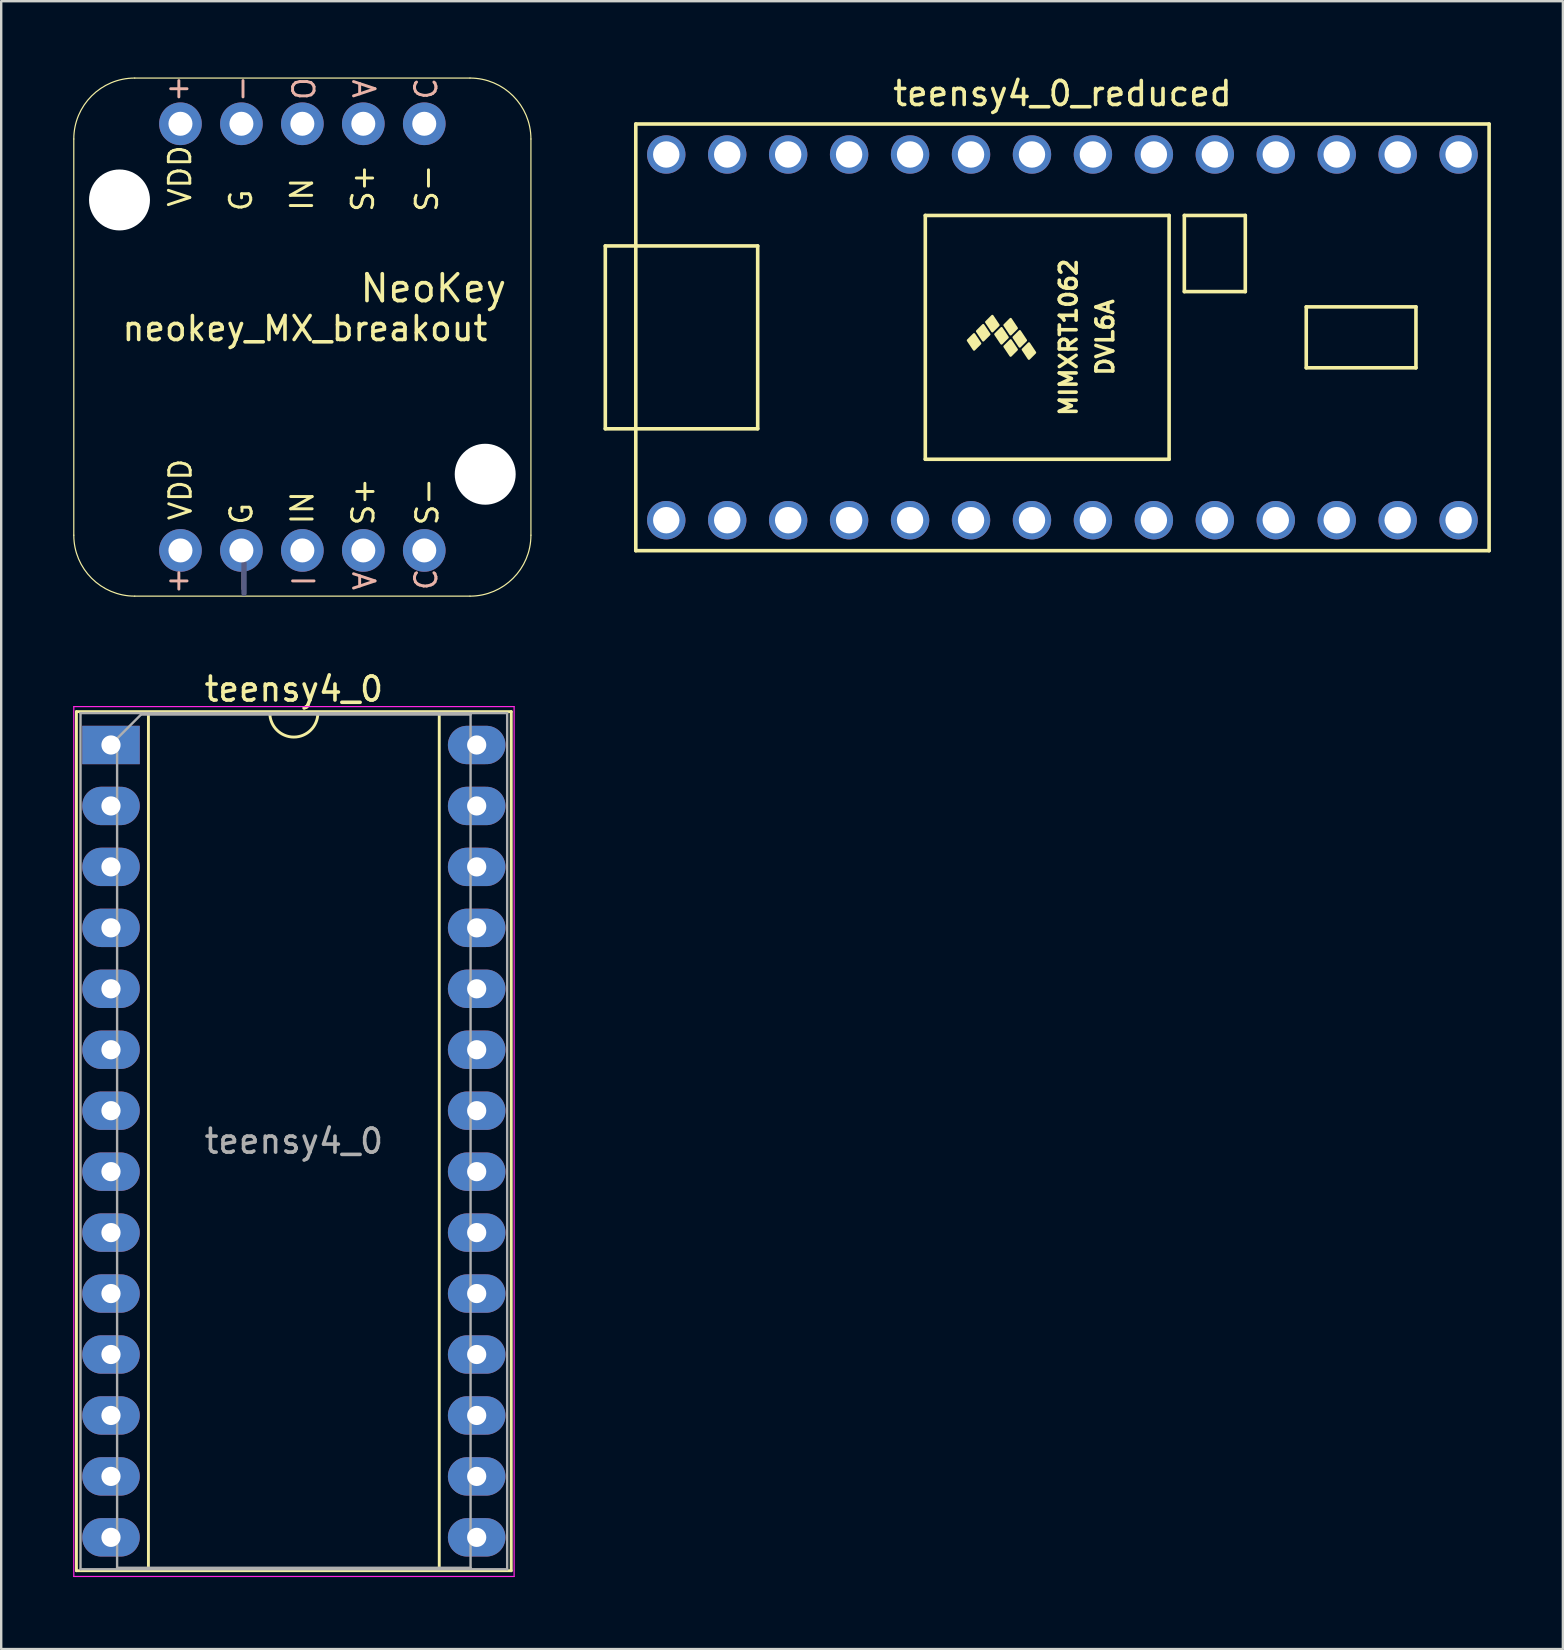
<source format=kicad_pcb>
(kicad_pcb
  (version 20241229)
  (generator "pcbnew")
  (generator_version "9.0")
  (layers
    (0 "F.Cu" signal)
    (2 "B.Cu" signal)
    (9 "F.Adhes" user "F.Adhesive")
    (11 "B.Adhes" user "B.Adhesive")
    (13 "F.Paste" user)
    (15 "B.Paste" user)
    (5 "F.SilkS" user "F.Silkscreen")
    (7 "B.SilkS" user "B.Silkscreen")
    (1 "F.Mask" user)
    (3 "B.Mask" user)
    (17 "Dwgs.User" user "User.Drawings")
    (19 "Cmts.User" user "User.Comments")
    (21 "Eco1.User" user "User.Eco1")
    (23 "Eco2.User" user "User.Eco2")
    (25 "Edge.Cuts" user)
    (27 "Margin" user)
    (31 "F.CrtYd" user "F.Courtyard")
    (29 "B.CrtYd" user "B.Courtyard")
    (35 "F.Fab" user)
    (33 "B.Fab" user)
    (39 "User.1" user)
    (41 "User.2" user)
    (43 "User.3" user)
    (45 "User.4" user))
  (footprint "neokey_MX_breakout"
    (layer "F.Cu")
    (at 9.659 11.143)
    (property "Reference" "neokey_MX_breakout" (at 0 -0.5 0) (unlocked yes) (layer "F.SilkS") (effects (font (size 1 1) (thickness 0.15))))
    (attr through_hole)
    (fp_line (start -9.634 -8.4) (end -9.634 8.11) (stroke (width 0.05) (type solid)) (layer "F.SilkS"))
    (fp_line (start -7.094 10.65) (end 6.876 10.65) (stroke (width 0.05) (type solid)) (layer "F.SilkS"))
    (fp_line (start 6.876 -10.94) (end -7.094 -10.94) (stroke (width 0.05) (type solid)) (layer "F.SilkS"))
    (fp_line (start 9.416 8.11) (end 9.416 -8.4) (stroke (width 0.05) (type solid)) (layer "F.SilkS"))
    (fp_arc (start -9.633949 -8.400051) (mid -8.89 -10.196102) (end -7.093949 -10.940051) (stroke (width 0.05) (type solid)) (layer "F.SilkS"))
    (fp_arc (start -7.093949 10.649949) (mid -8.89 9.906) (end -9.633949 8.109949) (stroke (width 0.05) (type solid)) (layer "F.SilkS"))
    (fp_arc (start 6.876051 -10.940051) (mid 8.672102 -10.196102) (end 9.416051 -8.400051) (stroke (width 0.05) (type solid)) (layer "F.SilkS"))
    (fp_arc (start 9.416051 8.109949) (mid 8.672102 9.906) (end 6.876051 10.649949) (stroke (width 0.05) (type solid)) (layer "F.SilkS"))
    (fp_line (start -2.54 9.271) (end -2.54 10.541) (stroke (width 0.203) (type solid)) (layer "B.Fab"))
    (fp_line (start -2.54 9.271) (end -2.54 10.541) (stroke (width 0.203) (type solid)) (layer "B.Fab"))
    (fp_text user "S-" (at 5.08 -6.35 90) (unlocked yes) (layer "F.SilkS") (effects (font (size 0.894 0.894) (thickness 0.122))))
    (fp_text user "VDD" (at -5.207 -6.858 90) (unlocked yes) (layer "F.SilkS") (effects (font (size 0.894 0.894) (thickness 0.122))))
    (fp_text user "S+" (at 2.413 -6.35 90) (unlocked yes) (layer "F.SilkS") (effects (font (size 0.894 0.894) (thickness 0.122))))
    (fp_text user "VDD" (at -5.189 6.205 90) (unlocked yes) (layer "F.SilkS") (effects (font (size 0.894 0.894) (thickness 0.122))))
    (fp_text user "S-" (at 5.098 6.713 90) (unlocked yes) (layer "F.SilkS") (effects (font (size 0.894 0.894) (thickness 0.122))))
    (fp_text user "NeoKey" (at 5.352 -2.177 0) (unlocked yes) (layer "F.SilkS") (effects (font (size 1.118 1.118) (thickness 0.152))))
    (fp_text user "S+" (at 2.431 6.713 90) (unlocked yes) (layer "F.SilkS") (effects (font (size 0.894 0.894) (thickness 0.122))))
    (fp_text user "IN" (at -0.109 6.967 90) (unlocked yes) (layer "F.SilkS") (effects (font (size 0.894 0.894) (thickness 0.122))))
    (fp_text user "G" (at -2.649 7.221 90) (unlocked yes) (layer "F.SilkS") (effects (font (size 0.894 0.894) (thickness 0.122))))
    (fp_text user "G" (at -2.667 -5.842 90) (unlocked yes) (layer "F.SilkS") (effects (font (size 0.894 0.894) (thickness 0.122))))
    (fp_text user "IN" (at -0.127 -6.096 90) (unlocked yes) (layer "F.SilkS") (effects (font (size 0.894 0.894) (thickness 0.122))))
    (fp_text user "-" (at -2.649 10.015 90) (unlocked yes) (layer "B.SilkS") (effects (font (size 0.894 0.894) (thickness 0.122)) (justify mirror)))
    (fp_text user "C" (at 4.971 -10.496 270) (unlocked yes) (layer "B.SilkS") (effects (font (size 0.894 0.894) (thickness 0.122)) (justify mirror)))
    (fp_text user "C" (at 4.971 9.951 270) (unlocked yes) (layer "B.SilkS") (effects (font (size 0.894 0.894) (thickness 0.122)) (justify mirror)))
    (fp_text user "A" (at 2.431 10.015 270) (unlocked yes) (layer "B.SilkS") (effects (font (size 0.894 0.894) (thickness 0.122)) (justify mirror)))
    (fp_text user "+" (at -5.189 10.015 270) (unlocked yes) (layer "B.SilkS") (effects (font (size 0.894 0.894) (thickness 0.122)) (justify mirror)))
    (fp_text user "-" (at -2.649 -10.496 90) (unlocked yes) (layer "B.SilkS") (effects (font (size 0.894 0.894) (thickness 0.122)) (justify mirror)))
    (fp_text user "A" (at 2.431 -10.496 270) (unlocked yes) (layer "B.SilkS") (effects (font (size 0.894 0.894) (thickness 0.122)) (justify mirror)))
    (fp_text user "O" (at -0.109 -10.496 270) (unlocked yes) (layer "B.SilkS") (effects (font (size 0.894 0.894) (thickness 0.122)) (justify mirror)))
    (fp_text user "+" (at -5.189 -10.496 270) (unlocked yes) (layer "B.SilkS") (effects (font (size 0.894 0.894) (thickness 0.122)) (justify mirror)))
    (fp_text user "I" (at -0.109 10.015 270) (unlocked yes) (layer "B.SilkS") (effects (font (size 0.894 0.894) (thickness 0.122)) (justify mirror)))
    (pad "" np_thru_hole circle (at -7.729 -5.86) (size 2.54 2.54) (drill 2.54) (layers "*.Cu" "*.Mask"))
    (pad "" np_thru_hole circle (at 7.511 5.57) (size 2.54 2.54) (drill 2.54) (layers "*.Cu" "*.Mask"))
    (pad "1" thru_hole circle (at -5.189 8.745 270) (size 1.778 1.778) (drill 1) (layers "*.Cu" "*.Mask"))
    (pad "2" thru_hole circle (at -2.649 8.745 270) (size 1.778 1.778) (drill 1) (layers "*.Cu" "*.Mask"))
    (pad "3" thru_hole circle (at -0.109 8.745 270) (size 1.778 1.778) (drill 1) (layers "*.Cu" "*.Mask"))
    (pad "4" thru_hole circle (at 2.431 8.745 270) (size 1.778 1.778) (drill 1) (layers "*.Cu" "*.Mask"))
    (pad "5" thru_hole circle (at 4.971 8.745 270) (size 1.778 1.778) (drill 1) (layers "*.Cu" "*.Mask"))
    (pad "6" thru_hole circle (at 4.971 -9.035 270) (size 1.778 1.778) (drill 1) (layers "*.Cu" "*.Mask"))
    (pad "7" thru_hole circle (at 2.431 -9.035 270) (size 1.778 1.778) (drill 1) (layers "*.Cu" "*.Mask"))
    (pad "8" thru_hole circle (at -0.109 -9.035 270) (size 1.778 1.778) (drill 1) (layers "*.Cu" "*.Mask"))
    (pad "9" thru_hole circle (at -2.649 -9.035 270) (size 1.778 1.778) (drill 1) (layers "*.Cu" "*.Mask"))
    (pad "10" thru_hole circle (at -5.189 -9.035 270) (size 1.778 1.778) (drill 1) (layers "*.Cu" "*.Mask")))
  (footprint "teensy4_0"
    (layer "F.Cu")
    (at 1.575 27.996)
    (property "Reference" "teensy4_0" (at 7.62 -2.33 180) (layer "F.SilkS") (effects (font (size 1 1) (thickness 0.15))))
    (attr through_hole)
    (fp_line (start -1.44 -1.39) (end -1.44 34.41) (stroke (width 0.12) (type solid)) (layer "F.SilkS"))
    (fp_line (start -1.44 34.41) (end 16.68 34.41) (stroke (width 0.12) (type solid)) (layer "F.SilkS"))
    (fp_line (start 1.56 -1.33) (end 1.56 34.35) (stroke (width 0.12) (type solid)) (layer "F.SilkS"))
    (fp_line (start 1.56 34.35) (end 13.68 34.35) (stroke (width 0.12) (type solid)) (layer "F.SilkS"))
    (fp_line (start 6.62 -1.33) (end 1.56 -1.33) (stroke (width 0.12) (type solid)) (layer "F.SilkS"))
    (fp_line (start 13.68 -1.33) (end 8.62 -1.33) (stroke (width 0.12) (type solid)) (layer "F.SilkS"))
    (fp_line (start 13.68 34.35) (end 13.68 -1.33) (stroke (width 0.12) (type solid)) (layer "F.SilkS"))
    (fp_line (start 16.68 -1.39) (end -1.44 -1.39) (stroke (width 0.12) (type solid)) (layer "F.SilkS"))
    (fp_line (start 16.68 34.41) (end 16.68 -1.39) (stroke (width 0.12) (type solid)) (layer "F.SilkS"))
    (fp_arc (start 8.62 -1.33) (mid 7.62 -0.33) (end 6.62 -1.33) (stroke (width 0.12) (type solid)) (layer "F.SilkS"))
    (fp_line (start -1.55 -1.6) (end -1.55 34.65) (stroke (width 0.05) (type solid)) (layer "F.CrtYd"))
    (fp_line (start -1.55 34.65) (end 16.8 34.65) (stroke (width 0.05) (type solid)) (layer "F.CrtYd"))
    (fp_line (start 16.8 -1.6) (end -1.55 -1.6) (stroke (width 0.05) (type solid)) (layer "F.CrtYd"))
    (fp_line (start 16.8 34.65) (end 16.8 -1.6) (stroke (width 0.05) (type solid)) (layer "F.CrtYd"))
    (fp_line (start -1.27 -1.33) (end -1.27 34.35) (stroke (width 0.1) (type solid)) (layer "F.Fab"))
    (fp_line (start -1.27 34.35) (end 16.51 34.35) (stroke (width 0.1) (type solid)) (layer "F.Fab"))
    (fp_line (start 0.255 -0.27) (end 1.255 -1.27) (stroke (width 0.1) (type solid)) (layer "F.Fab"))
    (fp_line (start 0.255 34.29) (end 0.255 -0.27) (stroke (width 0.1) (type solid)) (layer "F.Fab"))
    (fp_line (start 1.255 -1.27) (end 14.985 -1.27) (stroke (width 0.1) (type solid)) (layer "F.Fab"))
    (fp_line (start 14.985 -1.27) (end 14.985 34.29) (stroke (width 0.1) (type solid)) (layer "F.Fab"))
    (fp_line (start 14.985 34.29) (end 0.255 34.29) (stroke (width 0.1) (type solid)) (layer "F.Fab"))
    (fp_line (start 16.51 -1.33) (end -1.27 -1.33) (stroke (width 0.1) (type solid)) (layer "F.Fab"))
    (fp_line (start 16.51 34.35) (end 16.51 -1.33) (stroke (width 0.1) (type solid)) (layer "F.Fab"))
    (fp_text user "${REFERENCE}" (at 7.62 16.51 180) (layer "F.Fab") (effects (font (size 1 1) (thickness 0.15))))
    (pad "1" thru_hole rect (at 0 0) (size 2.4 1.6) (drill 0.8) (layers "*.Cu" "*.Mask"))
    (pad "2" thru_hole oval (at 0 2.54) (size 2.4 1.6) (drill 0.8) (layers "*.Cu" "*.Mask"))
    (pad "3" thru_hole oval (at 0 5.08) (size 2.4 1.6) (drill 0.8) (layers "*.Cu" "*.Mask"))
    (pad "4" thru_hole oval (at 0 7.62) (size 2.4 1.6) (drill 0.8) (layers "*.Cu" "*.Mask"))
    (pad "5" thru_hole oval (at 0 10.16) (size 2.4 1.6) (drill 0.8) (layers "*.Cu" "*.Mask"))
    (pad "6" thru_hole oval (at 0 12.7) (size 2.4 1.6) (drill 0.8) (layers "*.Cu" "*.Mask"))
    (pad "7" thru_hole oval (at 0 15.24) (size 2.4 1.6) (drill 0.8) (layers "*.Cu" "*.Mask"))
    (pad "8" thru_hole oval (at 0 17.78) (size 2.4 1.6) (drill 0.8) (layers "*.Cu" "*.Mask"))
    (pad "9" thru_hole oval (at 0 20.32) (size 2.4 1.6) (drill 0.8) (layers "*.Cu" "*.Mask"))
    (pad "10" thru_hole oval (at 0 22.86) (size 2.4 1.6) (drill 0.8) (layers "*.Cu" "*.Mask"))
    (pad "11" thru_hole oval (at 0 25.4) (size 2.4 1.6) (drill 0.8) (layers "*.Cu" "*.Mask"))
    (pad "12" thru_hole oval (at 0 27.94) (size 2.4 1.6) (drill 0.8) (layers "*.Cu" "*.Mask"))
    (pad "13" thru_hole oval (at 0 30.48) (size 2.4 1.6) (drill 0.8) (layers "*.Cu" "*.Mask"))
    (pad "14" thru_hole oval (at 0 33.02) (size 2.4 1.6) (drill 0.8) (layers "*.Cu" "*.Mask"))
    (pad "15" thru_hole oval (at 15.24 33.02) (size 2.4 1.6) (drill 0.8) (layers "*.Cu" "*.Mask"))
    (pad "16" thru_hole oval (at 15.24 30.48) (size 2.4 1.6) (drill 0.8) (layers "*.Cu" "*.Mask"))
    (pad "17" thru_hole oval (at 15.24 27.94) (size 2.4 1.6) (drill 0.8) (layers "*.Cu" "*.Mask"))
    (pad "18" thru_hole oval (at 15.24 25.4) (size 2.4 1.6) (drill 0.8) (layers "*.Cu" "*.Mask"))
    (pad "19" thru_hole oval (at 15.24 22.86) (size 2.4 1.6) (drill 0.8) (layers "*.Cu" "*.Mask"))
    (pad "20" thru_hole oval (at 15.24 20.32) (size 2.4 1.6) (drill 0.8) (layers "*.Cu" "*.Mask"))
    (pad "21" thru_hole oval (at 15.24 17.78) (size 2.4 1.6) (drill 0.8) (layers "*.Cu" "*.Mask"))
    (pad "22" thru_hole oval (at 15.24 15.24) (size 2.4 1.6) (drill 0.8) (layers "*.Cu" "*.Mask"))
    (pad "23" thru_hole oval (at 15.24 12.7) (size 2.4 1.6) (drill 0.8) (layers "*.Cu" "*.Mask"))
    (pad "24" thru_hole oval (at 15.24 10.16) (size 2.4 1.6) (drill 0.8) (layers "*.Cu" "*.Mask"))
    (pad "25" thru_hole oval (at 15.24 7.62) (size 2.4 1.6) (drill 0.8) (layers "*.Cu" "*.Mask"))
    (pad "26" thru_hole oval (at 15.24 5.08) (size 2.4 1.6) (drill 0.8) (layers "*.Cu" "*.Mask"))
    (pad "27" thru_hole oval (at 15.24 2.54) (size 2.4 1.6) (drill 0.8) (layers "*.Cu" "*.Mask"))
    (pad "28" thru_hole oval (at 15.24 0) (size 2.4 1.6) (drill 0.8) (layers "*.Cu" "*.Mask")))
  (footprint "teensy4_0_reduced"
    (layer "F.Cu")
    (at 41.225 11.008)
    (property "Reference" "teensy4_0_reduced" (at 0 -10.16 0) (layer "F.SilkS") (effects (font (size 1 1) (thickness 0.15))))
    (attr through_hole)
    (fp_line (start -19.05 -3.81) (end -17.78 -3.81) (stroke (width 0.15) (type solid)) (layer "F.SilkS"))
    (fp_line (start -19.05 3.81) (end -19.05 -3.81) (stroke (width 0.15) (type solid)) (layer "F.SilkS"))
    (fp_line (start -17.78 -8.89) (end 17.78 -8.89) (stroke (width 0.15) (type solid)) (layer "F.SilkS"))
    (fp_line (start -17.78 3.81) (end -19.05 3.81) (stroke (width 0.15) (type solid)) (layer "F.SilkS"))
    (fp_line (start -17.78 8.89) (end -17.78 -8.89) (stroke (width 0.15) (type solid)) (layer "F.SilkS"))
    (fp_line (start -12.7 -3.81) (end -17.78 -3.81) (stroke (width 0.15) (type solid)) (layer "F.SilkS"))
    (fp_line (start -12.7 3.81) (end -17.78 3.81) (stroke (width 0.15) (type solid)) (layer "F.SilkS"))
    (fp_line (start -12.7 3.81) (end -12.7 -3.81) (stroke (width 0.15) (type solid)) (layer "F.SilkS"))
    (fp_line (start -5.715 -5.08) (end -5.715 5.08) (stroke (width 0.15) (type solid)) (layer "F.SilkS"))
    (fp_line (start 4.445 -5.08) (end -5.715 -5.08) (stroke (width 0.15) (type solid)) (layer "F.SilkS"))
    (fp_line (start 4.445 5.08) (end -5.715 5.08) (stroke (width 0.15) (type solid)) (layer "F.SilkS"))
    (fp_line (start 4.445 5.08) (end 4.445 -5.08) (stroke (width 0.15) (type solid)) (layer "F.SilkS"))
    (fp_line (start 5.08 -5.08) (end 7.62 -5.08) (stroke (width 0.15) (type solid)) (layer "F.SilkS"))
    (fp_line (start 5.08 -1.905) (end 5.08 -5.08) (stroke (width 0.15) (type solid)) (layer "F.SilkS"))
    (fp_line (start 7.62 -5.08) (end 7.62 -1.905) (stroke (width 0.15) (type solid)) (layer "F.SilkS"))
    (fp_line (start 7.62 -1.905) (end 5.08 -1.905) (stroke (width 0.15) (type solid)) (layer "F.SilkS"))
    (fp_line (start 10.16 -1.27) (end 14.732 -1.27) (stroke (width 0.15) (type solid)) (layer "F.SilkS"))
    (fp_line (start 10.16 1.27) (end 10.16 -1.27) (stroke (width 0.15) (type solid)) (layer "F.SilkS"))
    (fp_line (start 14.732 -1.27) (end 14.732 1.27) (stroke (width 0.15) (type solid)) (layer "F.SilkS"))
    (fp_line (start 14.732 1.27) (end 10.16 1.27) (stroke (width 0.15) (type solid)) (layer "F.SilkS"))
    (fp_line (start 17.78 -8.89) (end 17.78 8.89) (stroke (width 0.15) (type solid)) (layer "F.SilkS"))
    (fp_line (start 17.78 8.89) (end -17.78 8.89) (stroke (width 0.15) (type solid)) (layer "F.SilkS"))
    (fp_poly (pts (xy -3.937 0.127) (xy -3.683 -0.127) (xy -3.429 0.254) (xy -3.683 0.508)) (stroke (width 0.1) (type solid)) (fill yes) (layer "F.SilkS"))
    (fp_poly (pts (xy -3.556 -0.254) (xy -3.302 -0.508) (xy -3.048 -0.127) (xy -3.302 0.127)) (stroke (width 0.1) (type solid)) (fill yes) (layer "F.SilkS"))
    (fp_poly (pts (xy -3.175 -0.635) (xy -2.921 -0.889) (xy -2.667 -0.508) (xy -2.921 -0.254)) (stroke (width 0.1) (type solid)) (fill yes) (layer "F.SilkS"))
    (fp_poly (pts (xy -2.794 -0.127) (xy -2.54 -0.381) (xy -2.286 0) (xy -2.54 0.254)) (stroke (width 0.1) (type solid)) (fill yes) (layer "F.SilkS"))
    (fp_poly (pts (xy -2.413 -0.508) (xy -2.159 -0.762) (xy -1.905 -0.381) (xy -2.159 -0.127)) (stroke (width 0.1) (type solid)) (fill yes) (layer "F.SilkS"))
    (fp_poly (pts (xy -2.413 0.381) (xy -2.159 0.127) (xy -1.905 0.508) (xy -2.159 0.762)) (stroke (width 0.1) (type solid)) (fill yes) (layer "F.SilkS"))
    (fp_poly (pts (xy -2.032 0) (xy -1.778 -0.254) (xy -1.524 0.127) (xy -1.778 0.381)) (stroke (width 0.1) (type solid)) (fill yes) (layer "F.SilkS"))
    (fp_poly (pts (xy -1.651 0.508) (xy -1.397 0.254) (xy -1.143 0.635) (xy -1.397 0.889)) (stroke (width 0.1) (type solid)) (fill yes) (layer "F.SilkS"))
    (fp_text user "MIMXRT1062" (at 0.254 0 90) (layer "F.SilkS") (effects (font (size 0.7 0.7) (thickness 0.15))))
    (fp_text user "DVL6A" (at 1.778 0 90) (layer "F.SilkS") (effects (font (size 0.7 0.7) (thickness 0.15))))
    (pad "1" thru_hole circle (at -16.51 7.62) (size 1.6 1.6) (drill 1.1) (layers "*.Cu" "*.Mask"))
    (pad "2" thru_hole circle (at -13.97 7.62) (size 1.6 1.6) (drill 1.1) (layers "*.Cu" "*.Mask"))
    (pad "3" thru_hole circle (at -11.43 7.62) (size 1.6 1.6) (drill 1.1) (layers "*.Cu" "*.Mask"))
    (pad "4" thru_hole circle (at -8.89 7.62) (size 1.6 1.6) (drill 1.1) (layers "*.Cu" "*.Mask"))
    (pad "5" thru_hole circle (at -6.35 7.62) (size 1.6 1.6) (drill 1.1) (layers "*.Cu" "*.Mask"))
    (pad "6" thru_hole circle (at -3.81 7.62) (size 1.6 1.6) (drill 1.1) (layers "*.Cu" "*.Mask"))
    (pad "7" thru_hole circle (at -1.27 7.62) (size 1.6 1.6) (drill 1.1) (layers "*.Cu" "*.Mask"))
    (pad "8" thru_hole circle (at 1.27 7.62) (size 1.6 1.6) (drill 1.1) (layers "*.Cu" "*.Mask"))
    (pad "9" thru_hole circle (at 3.81 7.62) (size 1.6 1.6) (drill 1.1) (layers "*.Cu" "*.Mask"))
    (pad "10" thru_hole circle (at 6.35 7.62) (size 1.6 1.6) (drill 1.1) (layers "*.Cu" "*.Mask"))
    (pad "11" thru_hole circle (at 8.89 7.62) (size 1.6 1.6) (drill 1.1) (layers "*.Cu" "*.Mask"))
    (pad "12" thru_hole circle (at 11.43 7.62) (size 1.6 1.6) (drill 1.1) (layers "*.Cu" "*.Mask"))
    (pad "13" thru_hole circle (at 13.97 7.62) (size 1.6 1.6) (drill 1.1) (layers "*.Cu" "*.Mask"))
    (pad "14" thru_hole circle (at 16.51 7.62) (size 1.6 1.6) (drill 1.1) (layers "*.Cu" "*.Mask"))
    (pad "20" thru_hole circle (at 16.51 -7.62) (size 1.6 1.6) (drill 1.1) (layers "*.Cu" "*.Mask"))
    (pad "21" thru_hole circle (at 13.97 -7.62) (size 1.6 1.6) (drill 1.1) (layers "*.Cu" "*.Mask"))
    (pad "22" thru_hole circle (at 11.43 -7.62) (size 1.6 1.6) (drill 1.1) (layers "*.Cu" "*.Mask"))
    (pad "23" thru_hole circle (at 8.89 -7.62) (size 1.6 1.6) (drill 1.1) (layers "*.Cu" "*.Mask"))
    (pad "24" thru_hole circle (at 6.35 -7.62) (size 1.6 1.6) (drill 1.1) (layers "*.Cu" "*.Mask"))
    (pad "25" thru_hole circle (at 3.81 -7.62) (size 1.6 1.6) (drill 1.1) (layers "*.Cu" "*.Mask"))
    (pad "26" thru_hole circle (at 1.27 -7.62) (size 1.6 1.6) (drill 1.1) (layers "*.Cu" "*.Mask"))
    (pad "27" thru_hole circle (at -1.27 -7.62) (size 1.6 1.6) (drill 1.1) (layers "*.Cu" "*.Mask"))
    (pad "28" thru_hole circle (at -3.81 -7.62) (size 1.6 1.6) (drill 1.1) (layers "*.Cu" "*.Mask"))
    (pad "29" thru_hole circle (at -6.35 -7.62) (size 1.6 1.6) (drill 1.1) (layers "*.Cu" "*.Mask"))
    (pad "30" thru_hole circle (at -8.89 -7.62) (size 1.6 1.6) (drill 1.1) (layers "*.Cu" "*.Mask"))
    (pad "31" thru_hole circle (at -11.43 -7.62) (size 1.6 1.6) (drill 1.1) (layers "*.Cu" "*.Mask"))
    (pad "32" thru_hole circle (at -13.97 -7.62) (size 1.6 1.6) (drill 1.1) (layers "*.Cu" "*.Mask"))
    (pad "33" thru_hole circle (at -16.51 -7.62) (size 1.6 1.6) (drill 1.1) (layers "*.Cu" "*.Mask")))
  (gr_rect
    (start -3 -3)
    (end 62.08 65.671)
    (stroke (width 0.1) (type default))
    (fill no)
    (layer "Edge.Cuts")))
</source>
